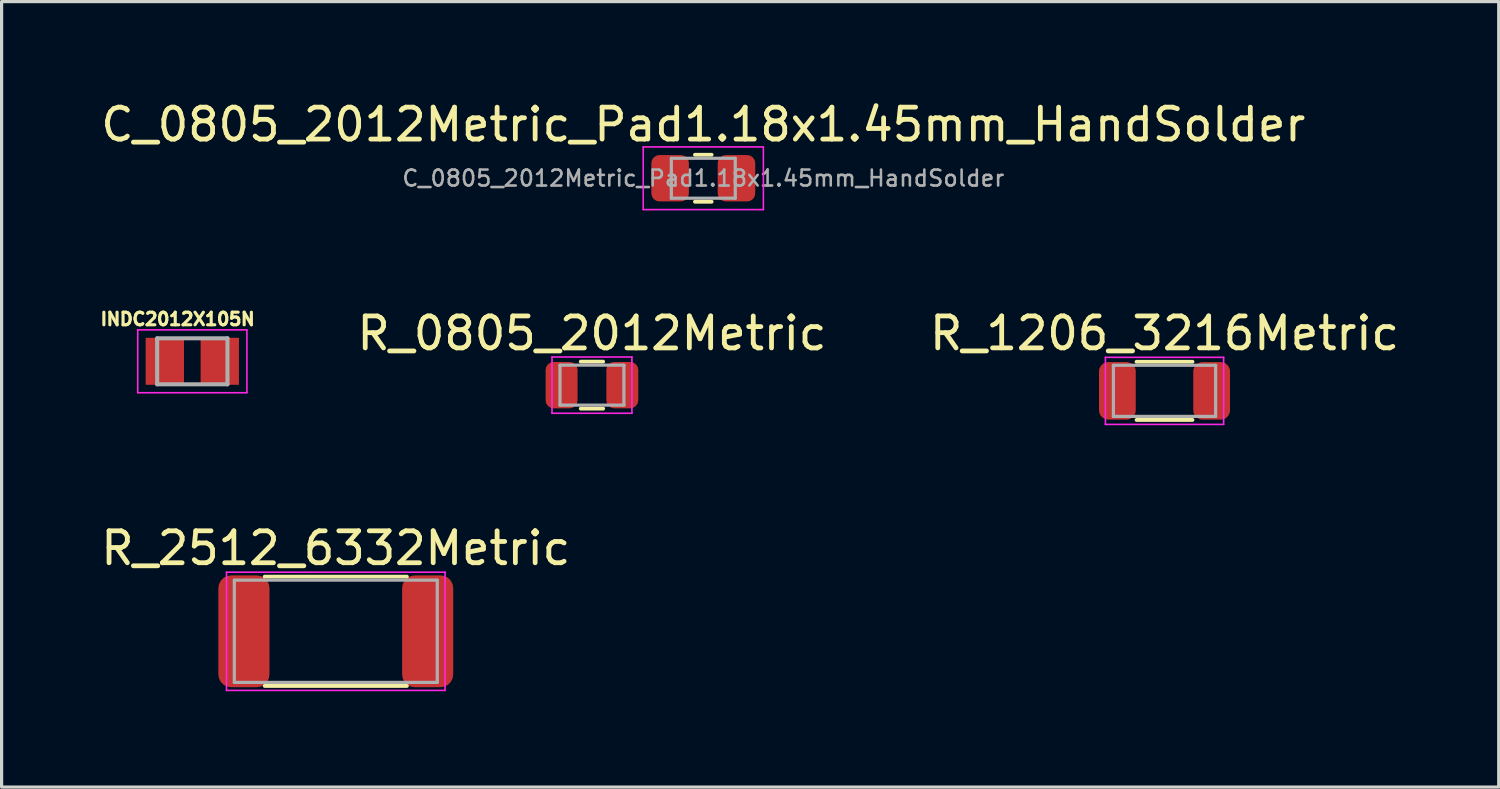
<source format=kicad_pcb>
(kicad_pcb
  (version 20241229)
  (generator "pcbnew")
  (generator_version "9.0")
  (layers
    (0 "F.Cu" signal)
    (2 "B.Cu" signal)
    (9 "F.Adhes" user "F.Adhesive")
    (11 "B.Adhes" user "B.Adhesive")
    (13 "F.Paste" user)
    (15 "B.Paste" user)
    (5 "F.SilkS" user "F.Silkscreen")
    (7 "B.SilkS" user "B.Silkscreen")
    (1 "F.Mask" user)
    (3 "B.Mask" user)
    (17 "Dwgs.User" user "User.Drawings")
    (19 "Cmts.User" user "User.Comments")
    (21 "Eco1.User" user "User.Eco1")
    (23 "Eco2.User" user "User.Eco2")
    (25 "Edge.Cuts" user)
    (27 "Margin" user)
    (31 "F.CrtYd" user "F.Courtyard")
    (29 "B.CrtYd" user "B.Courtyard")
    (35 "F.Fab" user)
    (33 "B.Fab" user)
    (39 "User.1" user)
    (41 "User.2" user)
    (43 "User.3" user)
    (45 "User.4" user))
  (footprint "C_0805_2012Metric_Pad1.18x1.45mm_HandSolder"
    (layer "F.Cu")
    (at 18.958 2.528)
    (property "Reference" "C_0805_2012Metric_Pad1.18x1.45mm_HandSolder" (at 0 -1.68 0) (layer "F.SilkS") (effects (font (size 1 1) (thickness 0.15))))
    (attr smd)
    (fp_line (start -0.261 -0.735) (end 0.261 -0.735) (stroke (width 0.12) (type solid)) (layer "F.SilkS"))
    (fp_line (start -0.261 0.735) (end 0.261 0.735) (stroke (width 0.12) (type solid)) (layer "F.SilkS"))
    (fp_line (start -1.88 -0.98) (end 1.88 -0.98) (stroke (width 0.05) (type solid)) (layer "F.CrtYd"))
    (fp_line (start -1.88 0.98) (end -1.88 -0.98) (stroke (width 0.05) (type solid)) (layer "F.CrtYd"))
    (fp_line (start 1.88 -0.98) (end 1.88 0.98) (stroke (width 0.05) (type solid)) (layer "F.CrtYd"))
    (fp_line (start 1.88 0.98) (end -1.88 0.98) (stroke (width 0.05) (type solid)) (layer "F.CrtYd"))
    (fp_line (start -1 -0.625) (end 1 -0.625) (stroke (width 0.1) (type solid)) (layer "F.Fab"))
    (fp_line (start -1 0.625) (end -1 -0.625) (stroke (width 0.1) (type solid)) (layer "F.Fab"))
    (fp_line (start 1 -0.625) (end 1 0.625) (stroke (width 0.1) (type solid)) (layer "F.Fab"))
    (fp_line (start 1 0.625) (end -1 0.625) (stroke (width 0.1) (type solid)) (layer "F.Fab"))
    (fp_text user "${REFERENCE}" (at 0 0 0) (layer "F.Fab") (effects (font (size 0.5 0.5) (thickness 0.08))))
    (pad "1" smd roundrect (at -1.038 0) (size 1.175 1.45) (layers "F.Cu" "F.Mask" "F.Paste") (roundrect_rratio 0.213))
    (pad "2" smd roundrect (at 1.038 0) (size 1.175 1.45) (layers "F.Cu" "F.Mask" "F.Paste") (roundrect_rratio 0.213)))
  (footprint "R_2512_6332Metric"
    (layer "F.Cu")
    (at 7.458 16.705)
    (property "Reference" "R_2512_6332Metric" (at 0 -2.6 0) (layer "F.SilkS") (effects (font (size 1 1) (thickness 0.15))))
    (attr smd)
    (fp_line (start -2.225 -1.71) (end 2.225 -1.71) (stroke (width 0.12) (type solid)) (layer "F.SilkS"))
    (fp_line (start -2.225 1.71) (end 2.225 1.71) (stroke (width 0.12) (type solid)) (layer "F.SilkS"))
    (fp_line (start -3.42 -1.85) (end 3.42 -1.85) (stroke (width 0.05) (type solid)) (layer "F.CrtYd"))
    (fp_line (start -3.42 1.85) (end -3.42 -1.85) (stroke (width 0.05) (type solid)) (layer "F.CrtYd"))
    (fp_line (start 3.42 -1.85) (end 3.42 1.85) (stroke (width 0.05) (type solid)) (layer "F.CrtYd"))
    (fp_line (start 3.42 1.85) (end -3.42 1.85) (stroke (width 0.05) (type solid)) (layer "F.CrtYd"))
    (fp_line (start -3.175 -1.6) (end 3.175 -1.6) (stroke (width 0.1) (type solid)) (layer "F.Fab"))
    (fp_line (start -3.175 1.6) (end -3.175 -1.6) (stroke (width 0.1) (type solid)) (layer "F.Fab"))
    (fp_line (start 3.175 -1.6) (end 3.175 1.6) (stroke (width 0.1) (type solid)) (layer "F.Fab"))
    (fp_line (start 3.175 1.6) (end -3.175 1.6) (stroke (width 0.1) (type solid)) (layer "F.Fab"))
    (pad "1" smd roundrect (at -2.875 0) (size 1.6 3.5) (layers "F.Cu" "F.Mask" "F.Paste") (roundrect_rratio 0.25))
    (pad "2" smd roundrect (at 2.875 0) (size 1.6 3.5) (layers "F.Cu" "F.Mask" "F.Paste") (roundrect_rratio 0.25)))
  (footprint "R_1206_3216Metric"
    (layer "F.Cu")
    (at 33.391 9.181)
    (property "Reference" "R_1206_3216Metric" (at 0 -1.8 0) (layer "F.SilkS") (effects (font (size 1 1) (thickness 0.15))))
    (attr smd)
    (fp_line (start -0.875 -0.91) (end 0.875 -0.91) (stroke (width 0.12) (type solid)) (layer "F.SilkS"))
    (fp_line (start -0.875 0.91) (end 0.875 0.91) (stroke (width 0.12) (type solid)) (layer "F.SilkS"))
    (fp_line (start -1.85 -1.05) (end 1.85 -1.05) (stroke (width 0.05) (type solid)) (layer "F.CrtYd"))
    (fp_line (start -1.85 1.05) (end -1.85 -1.05) (stroke (width 0.05) (type solid)) (layer "F.CrtYd"))
    (fp_line (start 1.85 -1.05) (end 1.85 1.05) (stroke (width 0.05) (type solid)) (layer "F.CrtYd"))
    (fp_line (start 1.85 1.05) (end -1.85 1.05) (stroke (width 0.05) (type solid)) (layer "F.CrtYd"))
    (fp_line (start -1.6 -0.8) (end 1.6 -0.8) (stroke (width 0.1) (type solid)) (layer "F.Fab"))
    (fp_line (start -1.6 0.8) (end -1.6 -0.8) (stroke (width 0.1) (type solid)) (layer "F.Fab"))
    (fp_line (start 1.6 -0.8) (end 1.6 0.8) (stroke (width 0.1) (type solid)) (layer "F.Fab"))
    (fp_line (start 1.6 0.8) (end -1.6 0.8) (stroke (width 0.1) (type solid)) (layer "F.Fab"))
    (pad "1" smd roundrect (at -1.475 0) (size 1.15 1.8) (layers "F.Cu" "F.Mask" "F.Paste") (roundrect_rratio 0.25))
    (pad "2" smd roundrect (at 1.475 0) (size 1.15 1.8) (layers "F.Cu" "F.Mask" "F.Paste") (roundrect_rratio 0.25)))
  (footprint "INDC2012X105N"
    (layer "F.Cu")
    (at 2.968 8.256)
    (property "Reference" "INDC2012X105N" (at -0.46 -1.32 0) (layer "F.SilkS") (effects (font (size 0.394 0.394) (thickness 0.098))))
    (attr smd)
    (fp_line (start -1.708 -0.983) (end 1.708 -0.983) (stroke (width 0.05) (type solid)) (layer "F.CrtYd"))
    (fp_line (start -1.708 0.983) (end -1.708 -0.983) (stroke (width 0.05) (type solid)) (layer "F.CrtYd"))
    (fp_line (start -1.708 0.983) (end 1.708 0.983) (stroke (width 0.05) (type solid)) (layer "F.CrtYd"))
    (fp_line (start 1.708 0.983) (end 1.708 -0.983) (stroke (width 0.05) (type solid)) (layer "F.CrtYd"))
    (fp_line (start -1.1 0.72) (end -1.1 -0.72) (stroke (width 0.127) (type solid)) (layer "F.Fab"))
    (fp_line (start 1.1 -0.72) (end -1.1 -0.72) (stroke (width 0.127) (type solid)) (layer "F.Fab"))
    (fp_line (start 1.1 0.72) (end -1.1 0.72) (stroke (width 0.127) (type solid)) (layer "F.Fab"))
    (fp_line (start 1.1 0.72) (end 1.1 -0.72) (stroke (width 0.127) (type solid)) (layer "F.Fab"))
    (pad "1" smd rect (at -0.86 0) (size 1.2 1.47) (layers "F.Cu" "F.Mask" "F.Paste"))
    (pad "2" smd rect (at 0.86 0) (size 1.2 1.47) (layers "F.Cu" "F.Mask" "F.Paste")))
  (footprint "R_0805_2012Metric"
    (layer "F.Cu")
    (at 15.474 9.002)
    (property "Reference" "R_0805_2012Metric" (at 0 -1.62 0) (layer "F.SilkS") (effects (font (size 1 1) (thickness 0.15))))
    (attr smd)
    (fp_line (start -0.35 -0.735) (end 0.35 -0.735) (stroke (width 0.12) (type solid)) (layer "F.SilkS"))
    (fp_line (start -0.35 0.735) (end 0.35 0.735) (stroke (width 0.12) (type solid)) (layer "F.SilkS"))
    (fp_line (start -1.25 -0.88) (end 1.25 -0.88) (stroke (width 0.05) (type solid)) (layer "F.CrtYd"))
    (fp_line (start -1.25 0.88) (end -1.25 -0.88) (stroke (width 0.05) (type solid)) (layer "F.CrtYd"))
    (fp_line (start 1.25 -0.88) (end 1.25 0.88) (stroke (width 0.05) (type solid)) (layer "F.CrtYd"))
    (fp_line (start 1.25 0.88) (end -1.25 0.88) (stroke (width 0.05) (type solid)) (layer "F.CrtYd"))
    (fp_line (start -1 -0.625) (end 1 -0.625) (stroke (width 0.1) (type solid)) (layer "F.Fab"))
    (fp_line (start -1 0.625) (end -1 -0.625) (stroke (width 0.1) (type solid)) (layer "F.Fab"))
    (fp_line (start 1 -0.625) (end 1 0.625) (stroke (width 0.1) (type solid)) (layer "F.Fab"))
    (fp_line (start 1 0.625) (end -1 0.625) (stroke (width 0.1) (type solid)) (layer "F.Fab"))
    (pad "1" smd roundrect (at -0.95 0) (size 1 1.45) (layers "F.Cu" "F.Mask" "F.Paste") (roundrect_rratio 0.25))
    (pad "2" smd roundrect (at 0.95 0) (size 1 1.45) (layers "F.Cu" "F.Mask" "F.Paste") (roundrect_rratio 0.25)))
  (gr_rect
    (start -3 -3)
    (end 43.849 21.58)
    (stroke (width 0.1) (type default))
    (fill no)
    (layer "Edge.Cuts")))
</source>
